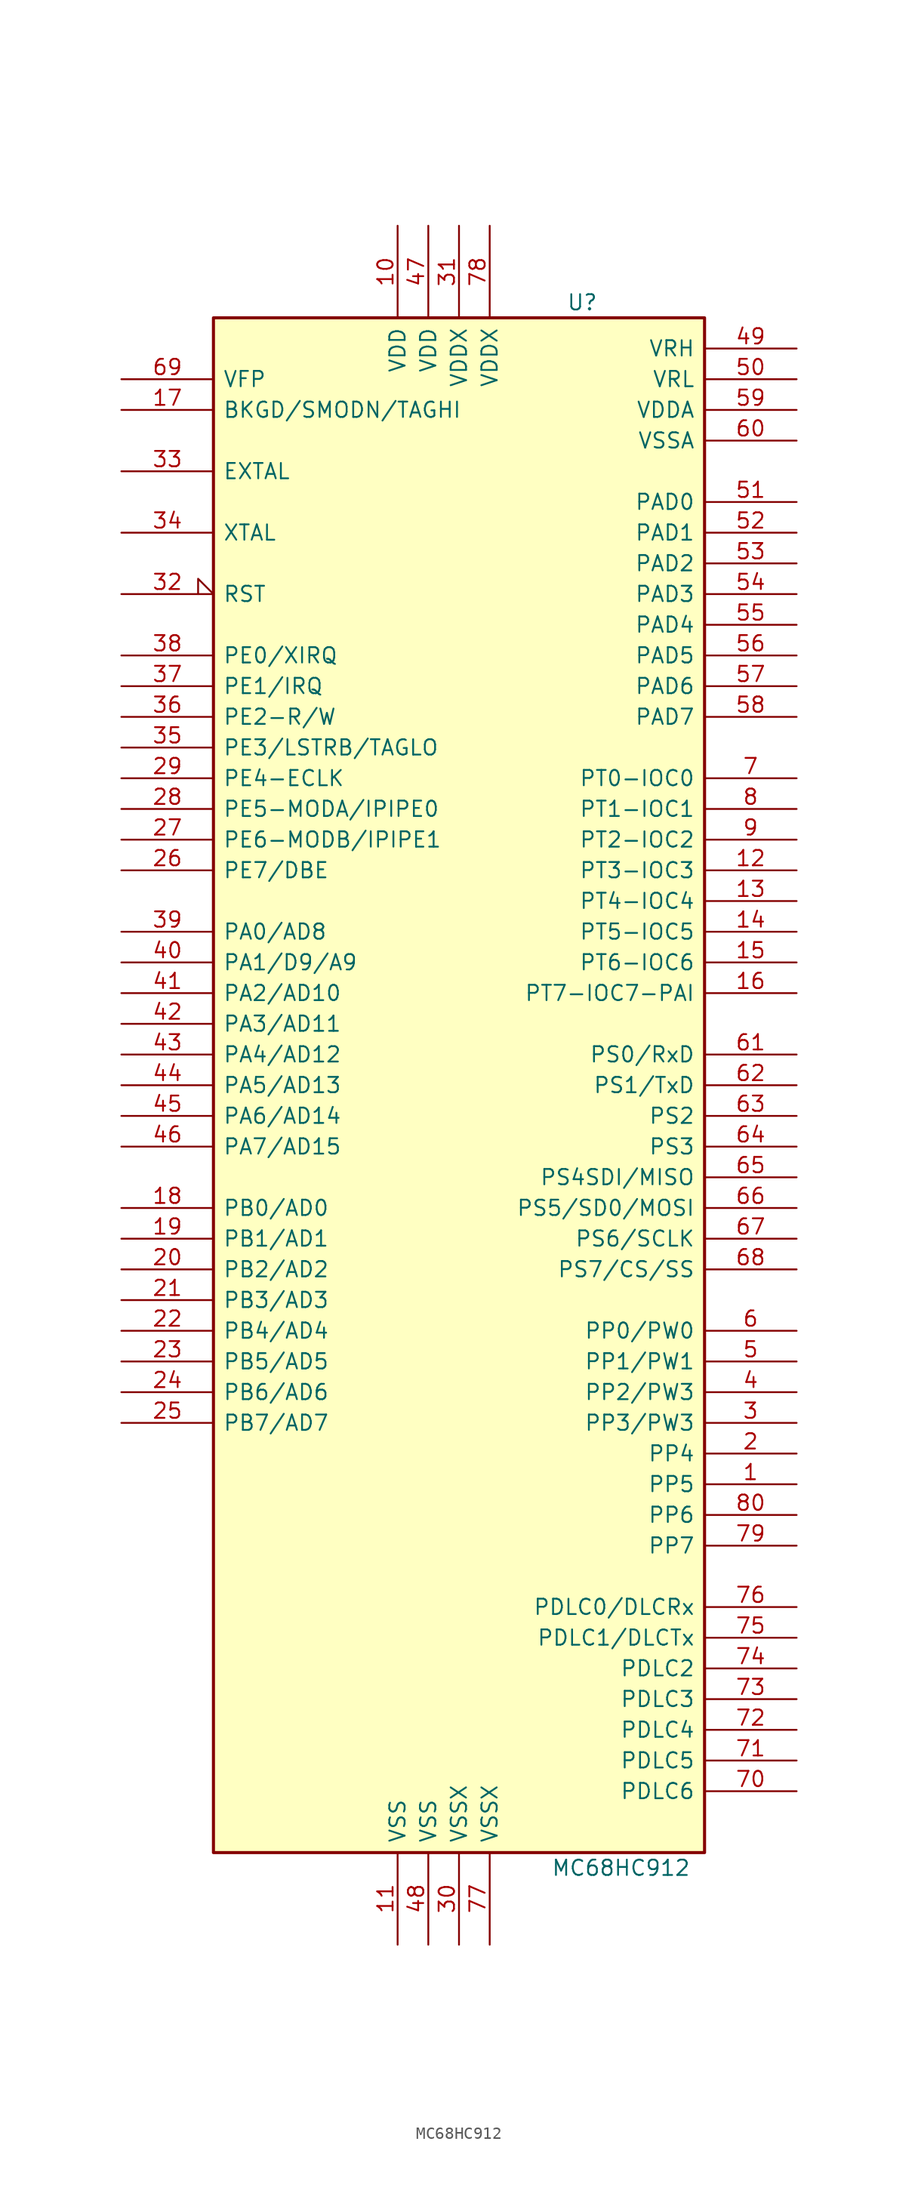
<source format=kicad_sym>
(kicad_symbol_lib
  (version 20211014)
  (generator kicad_symbol_editor)
  (symbol "MC68HC912"
    (pin_names
      (offset 0.762))
    (property "Reference" "U"
      (at 8.89 67.31 0)
      (effects (font (size 1.27 1.27)) (justify left)))
    (property "Value" "MC68HC912"
      (at 7.62 -62.23 0)
      (effects (font (size 1.27 1.27)) (justify left)))
    (symbol "MC68HC912_0_1"
      (rectangle (start -20.32 -60.96) (end 20.32 66.04) (stroke (width 0.254) (type default) (color 0 0 0 0)) (fill (type background))))
    (symbol "MC68HC912_1_1"
      (pin bidirectional line (at 27.94 -30.48 180) (length 7.62) (name "PP5" (effects (font (size 1.27 1.27)))) (number "1" (effects (font (size 1.27 1.27)))))
      (pin power_in line (at -5.08 73.66 270) (length 7.62) (name "VDD" (effects (font (size 1.27 1.27)))) (number "10" (effects (font (size 1.27 1.27)))))
      (pin power_in line (at -5.08 -68.58 90) (length 7.62) (name "VSS" (effects (font (size 1.27 1.27)))) (number "11" (effects (font (size 1.27 1.27)))))
      (pin bidirectional line (at 27.94 20.32 180) (length 7.62) (name "PT3-IOC3" (effects (font (size 1.27 1.27)))) (number "12" (effects (font (size 1.27 1.27)))))
      (pin bidirectional line (at 27.94 17.78 180) (length 7.62) (name "PT4-IOC4" (effects (font (size 1.27 1.27)))) (number "13" (effects (font (size 1.27 1.27)))))
      (pin bidirectional line (at 27.94 15.24 180) (length 7.62) (name "PT5-IOC5" (effects (font (size 1.27 1.27)))) (number "14" (effects (font (size 1.27 1.27)))))
      (pin bidirectional line (at 27.94 12.7 180) (length 7.62) (name "PT6-IOC6" (effects (font (size 1.27 1.27)))) (number "15" (effects (font (size 1.27 1.27)))))
      (pin bidirectional line (at 27.94 10.16 180) (length 7.62) (name "PT7-IOC7-PAI" (effects (font (size 1.27 1.27)))) (number "16" (effects (font (size 1.27 1.27)))))
      (pin bidirectional line (at -27.94 58.42 0) (length 7.62) (name "BKGD/SMODN/TAGHI" (effects (font (size 1.27 1.27)))) (number "17" (effects (font (size 1.27 1.27)))))
      (pin bidirectional line (at -27.94 -7.62 0) (length 7.62) (name "PB0/AD0" (effects (font (size 1.27 1.27)))) (number "18" (effects (font (size 1.27 1.27)))))
      (pin bidirectional line (at -27.94 -10.16 0) (length 7.62) (name "PB1/AD1" (effects (font (size 1.27 1.27)))) (number "19" (effects (font (size 1.27 1.27)))))
      (pin bidirectional line (at 27.94 -27.94 180) (length 7.62) (name "PP4" (effects (font (size 1.27 1.27)))) (number "2" (effects (font (size 1.27 1.27)))))
      (pin bidirectional line (at -27.94 -12.7 0) (length 7.62) (name "PB2/AD2" (effects (font (size 1.27 1.27)))) (number "20" (effects (font (size 1.27 1.27)))))
      (pin bidirectional line (at -27.94 -15.24 0) (length 7.62) (name "PB3/AD3" (effects (font (size 1.27 1.27)))) (number "21" (effects (font (size 1.27 1.27)))))
      (pin bidirectional line (at -27.94 -17.78 0) (length 7.62) (name "PB4/AD4" (effects (font (size 1.27 1.27)))) (number "22" (effects (font (size 1.27 1.27)))))
      (pin bidirectional line (at -27.94 -20.32 0) (length 7.62) (name "PB5/AD5" (effects (font (size 1.27 1.27)))) (number "23" (effects (font (size 1.27 1.27)))))
      (pin bidirectional line (at -27.94 -22.86 0) (length 7.62) (name "PB6/AD6" (effects (font (size 1.27 1.27)))) (number "24" (effects (font (size 1.27 1.27)))))
      (pin bidirectional line (at -27.94 -25.4 0) (length 7.62) (name "PB7/AD7" (effects (font (size 1.27 1.27)))) (number "25" (effects (font (size 1.27 1.27)))))
      (pin bidirectional line (at -27.94 20.32 0) (length 7.62) (name "PE7/DBE" (effects (font (size 1.27 1.27)))) (number "26" (effects (font (size 1.27 1.27)))))
      (pin bidirectional line (at -27.94 22.86 0) (length 7.62) (name "PE6-MODB/IPIPE1" (effects (font (size 1.27 1.27)))) (number "27" (effects (font (size 1.27 1.27)))))
      (pin bidirectional line (at -27.94 25.4 0) (length 7.62) (name "PE5-MODA/IPIPE0" (effects (font (size 1.27 1.27)))) (number "28" (effects (font (size 1.27 1.27)))))
      (pin bidirectional line (at -27.94 27.94 0) (length 7.62) (name "PE4-ECLK" (effects (font (size 1.27 1.27)))) (number "29" (effects (font (size 1.27 1.27)))))
      (pin bidirectional line (at 27.94 -25.4 180) (length 7.62) (name "PP3/PW3" (effects (font (size 1.27 1.27)))) (number "3" (effects (font (size 1.27 1.27)))))
      (pin power_in line (at 0 -68.58 90) (length 7.62) (name "VSSX" (effects (font (size 1.27 1.27)))) (number "30" (effects (font (size 1.27 1.27)))))
      (pin power_in line (at 0 73.66 270) (length 7.62) (name "VDDX" (effects (font (size 1.27 1.27)))) (number "31" (effects (font (size 1.27 1.27)))))
      (pin bidirectional input_low (at -27.94 43.18 0) (length 7.62) (name "RST" (effects (font (size 1.27 1.27)))) (number "32" (effects (font (size 1.27 1.27)))))
      (pin input line (at -27.94 53.34 0) (length 7.62) (name "EXTAL" (effects (font (size 1.27 1.27)))) (number "33" (effects (font (size 1.27 1.27)))))
      (pin output line (at -27.94 48.26 0) (length 7.62) (name "XTAL" (effects (font (size 1.27 1.27)))) (number "34" (effects (font (size 1.27 1.27)))))
      (pin bidirectional line (at -27.94 30.48 0) (length 7.62) (name "PE3/LSTRB/TAGLO" (effects (font (size 1.27 1.27)))) (number "35" (effects (font (size 1.27 1.27)))))
      (pin bidirectional line (at -27.94 33.02 0) (length 7.62) (name "PE2-R/W" (effects (font (size 1.27 1.27)))) (number "36" (effects (font (size 1.27 1.27)))))
      (pin input line (at -27.94 35.56 0) (length 7.62) (name "PE1/IRQ" (effects (font (size 1.27 1.27)))) (number "37" (effects (font (size 1.27 1.27)))))
      (pin input line (at -27.94 38.1 0) (length 7.62) (name "PE0/XIRQ" (effects (font (size 1.27 1.27)))) (number "38" (effects (font (size 1.27 1.27)))))
      (pin bidirectional line (at -27.94 15.24 0) (length 7.62) (name "PA0/AD8" (effects (font (size 1.27 1.27)))) (number "39" (effects (font (size 1.27 1.27)))))
      (pin bidirectional line (at 27.94 -22.86 180) (length 7.62) (name "PP2/PW3" (effects (font (size 1.27 1.27)))) (number "4" (effects (font (size 1.27 1.27)))))
      (pin bidirectional line (at -27.94 12.7 0) (length 7.62) (name "PA1/D9/A9" (effects (font (size 1.27 1.27)))) (number "40" (effects (font (size 1.27 1.27)))))
      (pin bidirectional line (at -27.94 10.16 0) (length 7.62) (name "PA2/AD10" (effects (font (size 1.27 1.27)))) (number "41" (effects (font (size 1.27 1.27)))))
      (pin bidirectional line (at -27.94 7.62 0) (length 7.62) (name "PA3/AD11" (effects (font (size 1.27 1.27)))) (number "42" (effects (font (size 1.27 1.27)))))
      (pin bidirectional line (at -27.94 5.08 0) (length 7.62) (name "PA4/AD12" (effects (font (size 1.27 1.27)))) (number "43" (effects (font (size 1.27 1.27)))))
      (pin bidirectional line (at -27.94 2.54 0) (length 7.62) (name "PA5/AD13" (effects (font (size 1.27 1.27)))) (number "44" (effects (font (size 1.27 1.27)))))
      (pin bidirectional line (at -27.94 0 0) (length 7.62) (name "PA6/AD14" (effects (font (size 1.27 1.27)))) (number "45" (effects (font (size 1.27 1.27)))))
      (pin bidirectional line (at -27.94 -2.54 0) (length 7.62) (name "PA7/AD15" (effects (font (size 1.27 1.27)))) (number "46" (effects (font (size 1.27 1.27)))))
      (pin power_in line (at -2.54 73.66 270) (length 7.62) (name "VDD" (effects (font (size 1.27 1.27)))) (number "47" (effects (font (size 1.27 1.27)))))
      (pin power_in line (at -2.54 -68.58 90) (length 7.62) (name "VSS" (effects (font (size 1.27 1.27)))) (number "48" (effects (font (size 1.27 1.27)))))
      (pin input line (at 27.94 63.5 180) (length 7.62) (name "VRH" (effects (font (size 1.27 1.27)))) (number "49" (effects (font (size 1.27 1.27)))))
      (pin bidirectional line (at 27.94 -20.32 180) (length 7.62) (name "PP1/PW1" (effects (font (size 1.27 1.27)))) (number "5" (effects (font (size 1.27 1.27)))))
      (pin input line (at 27.94 60.96 180) (length 7.62) (name "VRL" (effects (font (size 1.27 1.27)))) (number "50" (effects (font (size 1.27 1.27)))))
      (pin input line (at 27.94 50.8 180) (length 7.62) (name "PAD0" (effects (font (size 1.27 1.27)))) (number "51" (effects (font (size 1.27 1.27)))))
      (pin input line (at 27.94 48.26 180) (length 7.62) (name "PAD1" (effects (font (size 1.27 1.27)))) (number "52" (effects (font (size 1.27 1.27)))))
      (pin input line (at 27.94 45.72 180) (length 7.62) (name "PAD2" (effects (font (size 1.27 1.27)))) (number "53" (effects (font (size 1.27 1.27)))))
      (pin input line (at 27.94 43.18 180) (length 7.62) (name "PAD3" (effects (font (size 1.27 1.27)))) (number "54" (effects (font (size 1.27 1.27)))))
      (pin input line (at 27.94 40.64 180) (length 7.62) (name "PAD4" (effects (font (size 1.27 1.27)))) (number "55" (effects (font (size 1.27 1.27)))))
      (pin input line (at 27.94 38.1 180) (length 7.62) (name "PAD5" (effects (font (size 1.27 1.27)))) (number "56" (effects (font (size 1.27 1.27)))))
      (pin input line (at 27.94 35.56 180) (length 7.62) (name "PAD6" (effects (font (size 1.27 1.27)))) (number "57" (effects (font (size 1.27 1.27)))))
      (pin input line (at 27.94 33.02 180) (length 7.62) (name "PAD7" (effects (font (size 1.27 1.27)))) (number "58" (effects (font (size 1.27 1.27)))))
      (pin input line (at 27.94 58.42 180) (length 7.62) (name "VDDA" (effects (font (size 1.27 1.27)))) (number "59" (effects (font (size 1.27 1.27)))))
      (pin bidirectional line (at 27.94 -17.78 180) (length 7.62) (name "PP0/PW0" (effects (font (size 1.27 1.27)))) (number "6" (effects (font (size 1.27 1.27)))))
      (pin input line (at 27.94 55.88 180) (length 7.62) (name "VSSA" (effects (font (size 1.27 1.27)))) (number "60" (effects (font (size 1.27 1.27)))))
      (pin bidirectional line (at 27.94 5.08 180) (length 7.62) (name "PS0/RxD" (effects (font (size 1.27 1.27)))) (number "61" (effects (font (size 1.27 1.27)))))
      (pin bidirectional line (at 27.94 2.54 180) (length 7.62) (name "PS1/TxD" (effects (font (size 1.27 1.27)))) (number "62" (effects (font (size 1.27 1.27)))))
      (pin bidirectional line (at 27.94 0 180) (length 7.62) (name "PS2" (effects (font (size 1.27 1.27)))) (number "63" (effects (font (size 1.27 1.27)))))
      (pin bidirectional line (at 27.94 -2.54 180) (length 7.62) (name "PS3" (effects (font (size 1.27 1.27)))) (number "64" (effects (font (size 1.27 1.27)))))
      (pin bidirectional line (at 27.94 -5.08 180) (length 7.62) (name "PS4SDI/MISO" (effects (font (size 1.27 1.27)))) (number "65" (effects (font (size 1.27 1.27)))))
      (pin bidirectional line (at 27.94 -7.62 180) (length 7.62) (name "PS5/SD0/MOSI" (effects (font (size 1.27 1.27)))) (number "66" (effects (font (size 1.27 1.27)))))
      (pin bidirectional line (at 27.94 -10.16 180) (length 7.62) (name "PS6/SCLK" (effects (font (size 1.27 1.27)))) (number "67" (effects (font (size 1.27 1.27)))))
      (pin bidirectional line (at 27.94 -12.7 180) (length 7.62) (name "PS7/CS/SS" (effects (font (size 1.27 1.27)))) (number "68" (effects (font (size 1.27 1.27)))))
      (pin input line (at -27.94 60.96 0) (length 7.62) (name "VFP" (effects (font (size 1.27 1.27)))) (number "69" (effects (font (size 1.27 1.27)))))
      (pin bidirectional line (at 27.94 27.94 180) (length 7.62) (name "PT0-IOC0" (effects (font (size 1.27 1.27)))) (number "7" (effects (font (size 1.27 1.27)))))
      (pin bidirectional line (at 27.94 -55.88 180) (length 7.62) (name "PDLC6" (effects (font (size 1.27 1.27)))) (number "70" (effects (font (size 1.27 1.27)))))
      (pin bidirectional line (at 27.94 -53.34 180) (length 7.62) (name "PDLC5" (effects (font (size 1.27 1.27)))) (number "71" (effects (font (size 1.27 1.27)))))
      (pin bidirectional line (at 27.94 -50.8 180) (length 7.62) (name "PDLC4" (effects (font (size 1.27 1.27)))) (number "72" (effects (font (size 1.27 1.27)))))
      (pin bidirectional line (at 27.94 -48.26 180) (length 7.62) (name "PDLC3" (effects (font (size 1.27 1.27)))) (number "73" (effects (font (size 1.27 1.27)))))
      (pin bidirectional line (at 27.94 -45.72 180) (length 7.62) (name "PDLC2" (effects (font (size 1.27 1.27)))) (number "74" (effects (font (size 1.27 1.27)))))
      (pin bidirectional line (at 27.94 -43.18 180) (length 7.62) (name "PDLC1/DLCTx" (effects (font (size 1.27 1.27)))) (number "75" (effects (font (size 1.27 1.27)))))
      (pin bidirectional line (at 27.94 -40.64 180) (length 7.62) (name "PDLC0/DLCRx" (effects (font (size 1.27 1.27)))) (number "76" (effects (font (size 1.27 1.27)))))
      (pin power_in line (at 2.54 -68.58 90) (length 7.62) (name "VSSX" (effects (font (size 1.27 1.27)))) (number "77" (effects (font (size 1.27 1.27)))))
      (pin power_in line (at 2.54 73.66 270) (length 7.62) (name "VDDX" (effects (font (size 1.27 1.27)))) (number "78" (effects (font (size 1.27 1.27)))))
      (pin bidirectional line (at 27.94 -35.56 180) (length 7.62) (name "PP7" (effects (font (size 1.27 1.27)))) (number "79" (effects (font (size 1.27 1.27)))))
      (pin bidirectional line (at 27.94 25.4 180) (length 7.62) (name "PT1-IOC1" (effects (font (size 1.27 1.27)))) (number "8" (effects (font (size 1.27 1.27)))))
      (pin bidirectional line (at 27.94 -33.02 180) (length 7.62) (name "PP6" (effects (font (size 1.27 1.27)))) (number "80" (effects (font (size 1.27 1.27)))))
      (pin bidirectional line (at 27.94 22.86 180) (length 7.62) (name "PT2-IOC2" (effects (font (size 1.27 1.27)))) (number "9" (effects (font (size 1.27 1.27))))))))
</source>
